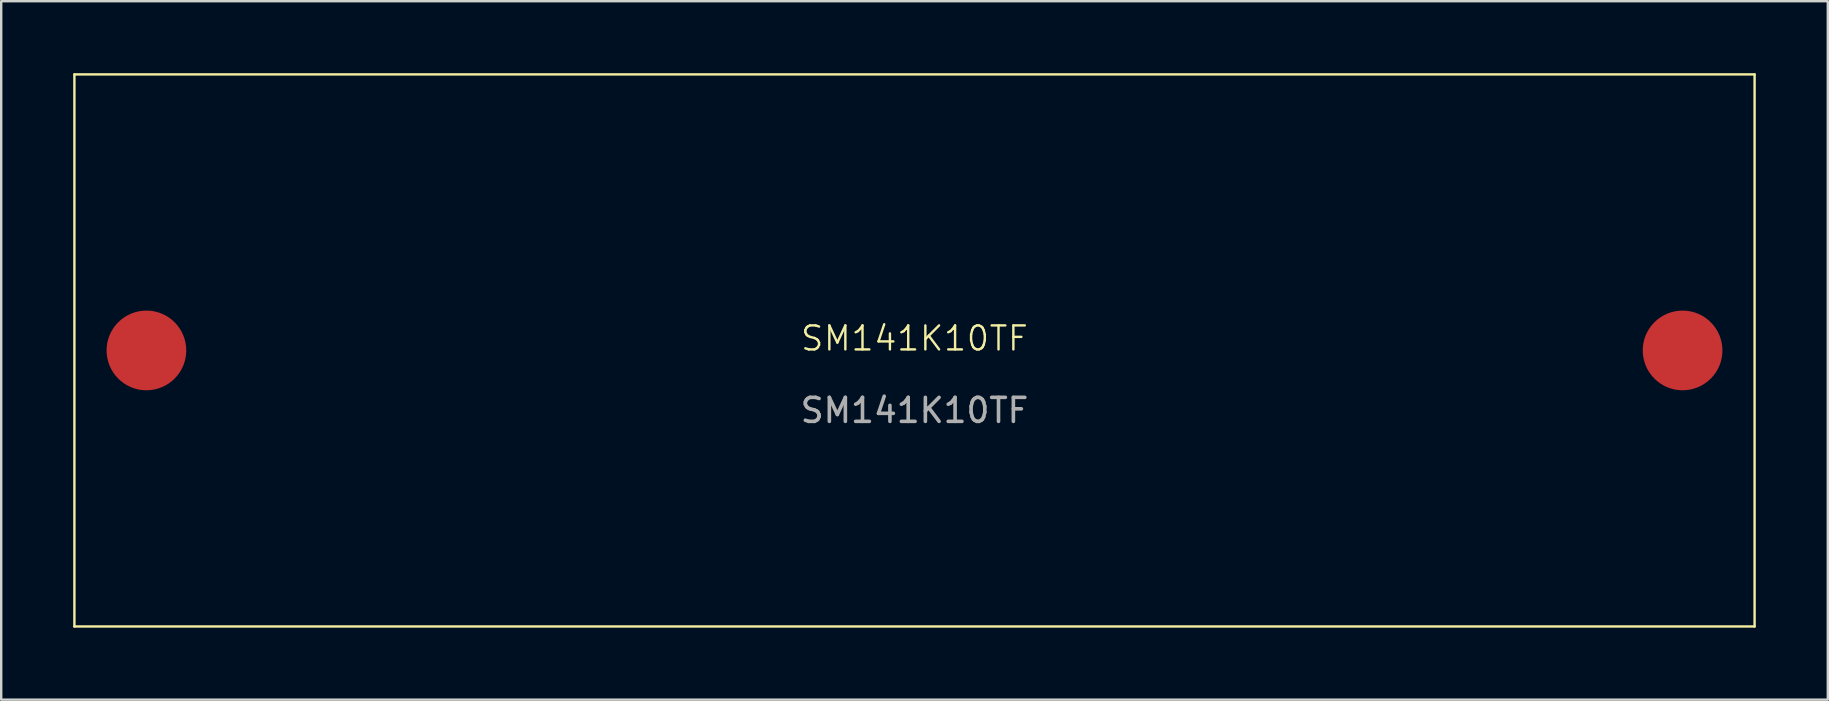
<source format=kicad_pcb>
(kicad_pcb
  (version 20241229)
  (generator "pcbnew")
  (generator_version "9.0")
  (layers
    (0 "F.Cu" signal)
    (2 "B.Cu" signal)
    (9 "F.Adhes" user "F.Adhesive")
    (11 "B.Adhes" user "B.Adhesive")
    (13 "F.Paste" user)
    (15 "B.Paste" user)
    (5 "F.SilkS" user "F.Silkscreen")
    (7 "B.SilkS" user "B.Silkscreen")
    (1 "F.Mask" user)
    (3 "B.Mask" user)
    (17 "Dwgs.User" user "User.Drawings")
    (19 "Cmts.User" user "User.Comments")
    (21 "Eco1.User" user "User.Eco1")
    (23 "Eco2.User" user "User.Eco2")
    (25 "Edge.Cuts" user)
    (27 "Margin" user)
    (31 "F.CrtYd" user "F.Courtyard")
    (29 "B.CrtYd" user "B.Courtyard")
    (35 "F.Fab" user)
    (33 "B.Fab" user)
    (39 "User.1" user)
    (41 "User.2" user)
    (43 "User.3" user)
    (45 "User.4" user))
  (footprint "SM141K10TF"
    (layer "F.Cu")
    (at 35.05 11.55)
    (property "Reference" "SM141K10TF" (at 0 -0.5 0) (unlocked yes) (layer "F.SilkS") (effects (font (size 1 1) (thickness 0.1))))
    (attr smd)
    (fp_line (start -35 -11.5) (end 35 -11.5) (stroke (width 0.1) (type default)) (layer "F.SilkS"))
    (fp_line (start -35 11.5) (end -35 -11.5) (stroke (width 0.1) (type default)) (layer "F.SilkS"))
    (fp_line (start 35 -11.5) (end 35 11.5) (stroke (width 0.1) (type default)) (layer "F.SilkS"))
    (fp_line (start 35 11.5) (end -35 11.5) (stroke (width 0.1) (type default)) (layer "F.SilkS"))
    (fp_text user "${REFERENCE}" (at 0 2.5 0) (unlocked yes) (layer "F.Fab") (effects (font (size 1 1) (thickness 0.15))))
    (pad "1" smd circle (at -32 0) (size 3.32 3.32) (layers "F.Cu" "F.Mask" "F.Paste"))
    (pad "2" smd circle (at 32 0) (size 3.32 3.32) (property pad_prop_bga) (layers "F.Cu" "F.Mask" "F.Paste"))
    (zone (net_name "") (layer "F.SilkS") (hatch edge 0.5) (connect_pads) (min_thickness 0.25) (filled_areas_thickness no) (keepout (tracks allowed) (vias allowed) (pads not_allowed) (copperpour allowed) (footprints not_allowed)) (placement (enabled no)) (fill) (polygon (pts (xy 0.05 0.05) (xy 70.05 0.05) (xy 70.05 23.05) (xy 0.05 23.05)))))
  (gr_rect
    (start -3 -3)
    (end 73.1 26.1)
    (stroke (width 0.1) (type default))
    (fill no)
    (layer "Edge.Cuts")))
</source>
